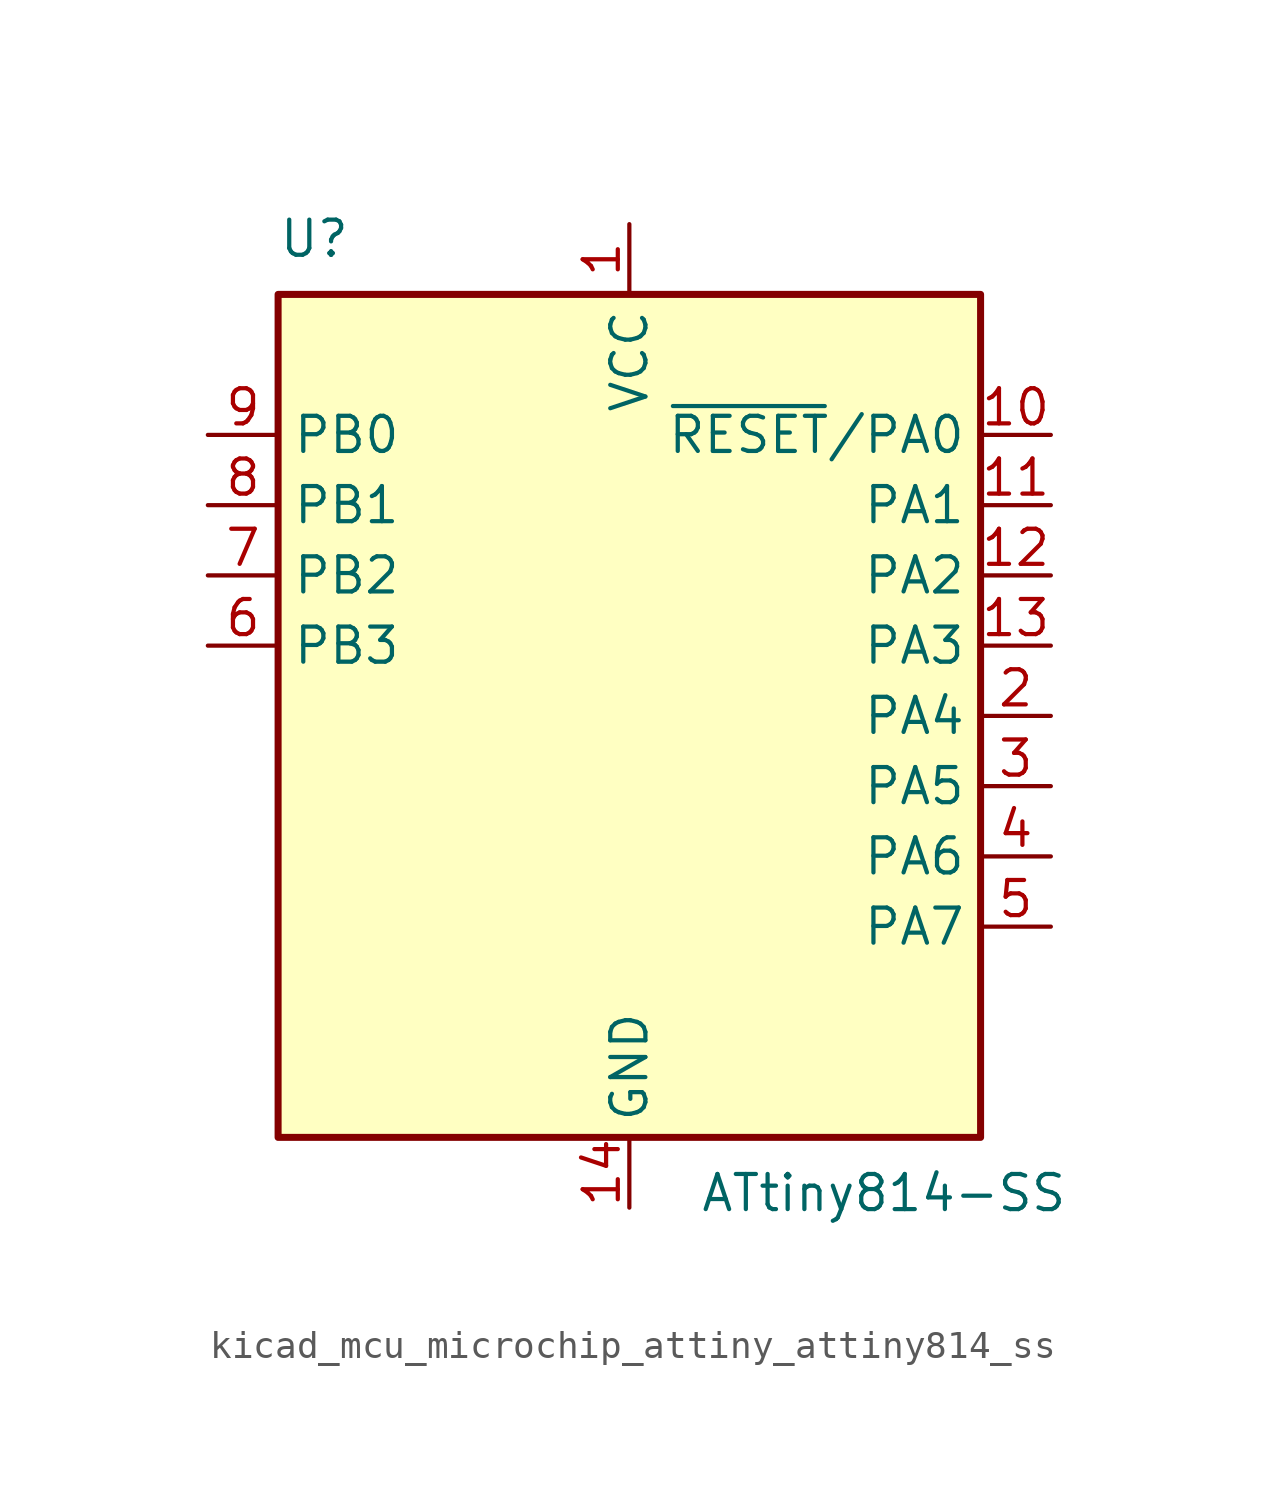
<source format=kicad_sym>
(kicad_symbol_lib
  (version 20220914)
  (generator kicad_symbol_editor)
  (symbol "kicad_mcu_microchip_attiny_attiny814_ss"
    (property "Reference" "U"
      (at -12.7 16.51 0)
      (effects (font (size 1.27 1.27)) (justify left bottom)))
    (property "Value" "ATtiny814-SS"
      (at 2.54 -16.51 0)
      (effects (font (size 1.27 1.27)) (justify left top)))
    (symbol "kicad_mcu_microchip_attiny_attiny814_ss_0_1"
      (rectangle (start -12.7 -15.24) (end 12.7 15.24) (stroke (width 0.254) (type default)) (fill (type background))))
    (symbol "kicad_mcu_microchip_attiny_attiny814_ss_1_1"
      (pin power_in line (at 0 17.78 270) (length 2.54) (name "VCC" (effects (font (size 1.27 1.27)))) (number "1" (effects (font (size 1.27 1.27)))))
      (pin bidirectional line (at 15.24 10.16 180) (length 2.54) (name "~{RESET}/PA0" (effects (font (size 1.27 1.27)))) (number "10" (effects (font (size 1.27 1.27)))))
      (pin bidirectional line (at 15.24 7.62 180) (length 2.54) (name "PA1" (effects (font (size 1.27 1.27)))) (number "11" (effects (font (size 1.27 1.27)))))
      (pin bidirectional line (at 15.24 5.08 180) (length 2.54) (name "PA2" (effects (font (size 1.27 1.27)))) (number "12" (effects (font (size 1.27 1.27)))))
      (pin bidirectional line (at 15.24 2.54 180) (length 2.54) (name "PA3" (effects (font (size 1.27 1.27)))) (number "13" (effects (font (size 1.27 1.27)))))
      (pin power_in line (at 0 -17.78 90) (length 2.54) (name "GND" (effects (font (size 1.27 1.27)))) (number "14" (effects (font (size 1.27 1.27)))))
      (pin bidirectional line (at 15.24 0 180) (length 2.54) (name "PA4" (effects (font (size 1.27 1.27)))) (number "2" (effects (font (size 1.27 1.27)))))
      (pin bidirectional line (at 15.24 -2.54 180) (length 2.54) (name "PA5" (effects (font (size 1.27 1.27)))) (number "3" (effects (font (size 1.27 1.27)))))
      (pin bidirectional line (at 15.24 -5.08 180) (length 2.54) (name "PA6" (effects (font (size 1.27 1.27)))) (number "4" (effects (font (size 1.27 1.27)))))
      (pin bidirectional line (at 15.24 -7.62 180) (length 2.54) (name "PA7" (effects (font (size 1.27 1.27)))) (number "5" (effects (font (size 1.27 1.27)))))
      (pin bidirectional line (at -15.24 2.54 0) (length 2.54) (name "PB3" (effects (font (size 1.27 1.27)))) (number "6" (effects (font (size 1.27 1.27)))))
      (pin bidirectional line (at -15.24 5.08 0) (length 2.54) (name "PB2" (effects (font (size 1.27 1.27)))) (number "7" (effects (font (size 1.27 1.27)))))
      (pin bidirectional line (at -15.24 7.62 0) (length 2.54) (name "PB1" (effects (font (size 1.27 1.27)))) (number "8" (effects (font (size 1.27 1.27)))))
      (pin bidirectional line (at -15.24 10.16 0) (length 2.54) (name "PB0" (effects (font (size 1.27 1.27)))) (number "9" (effects (font (size 1.27 1.27))))))))
</source>
